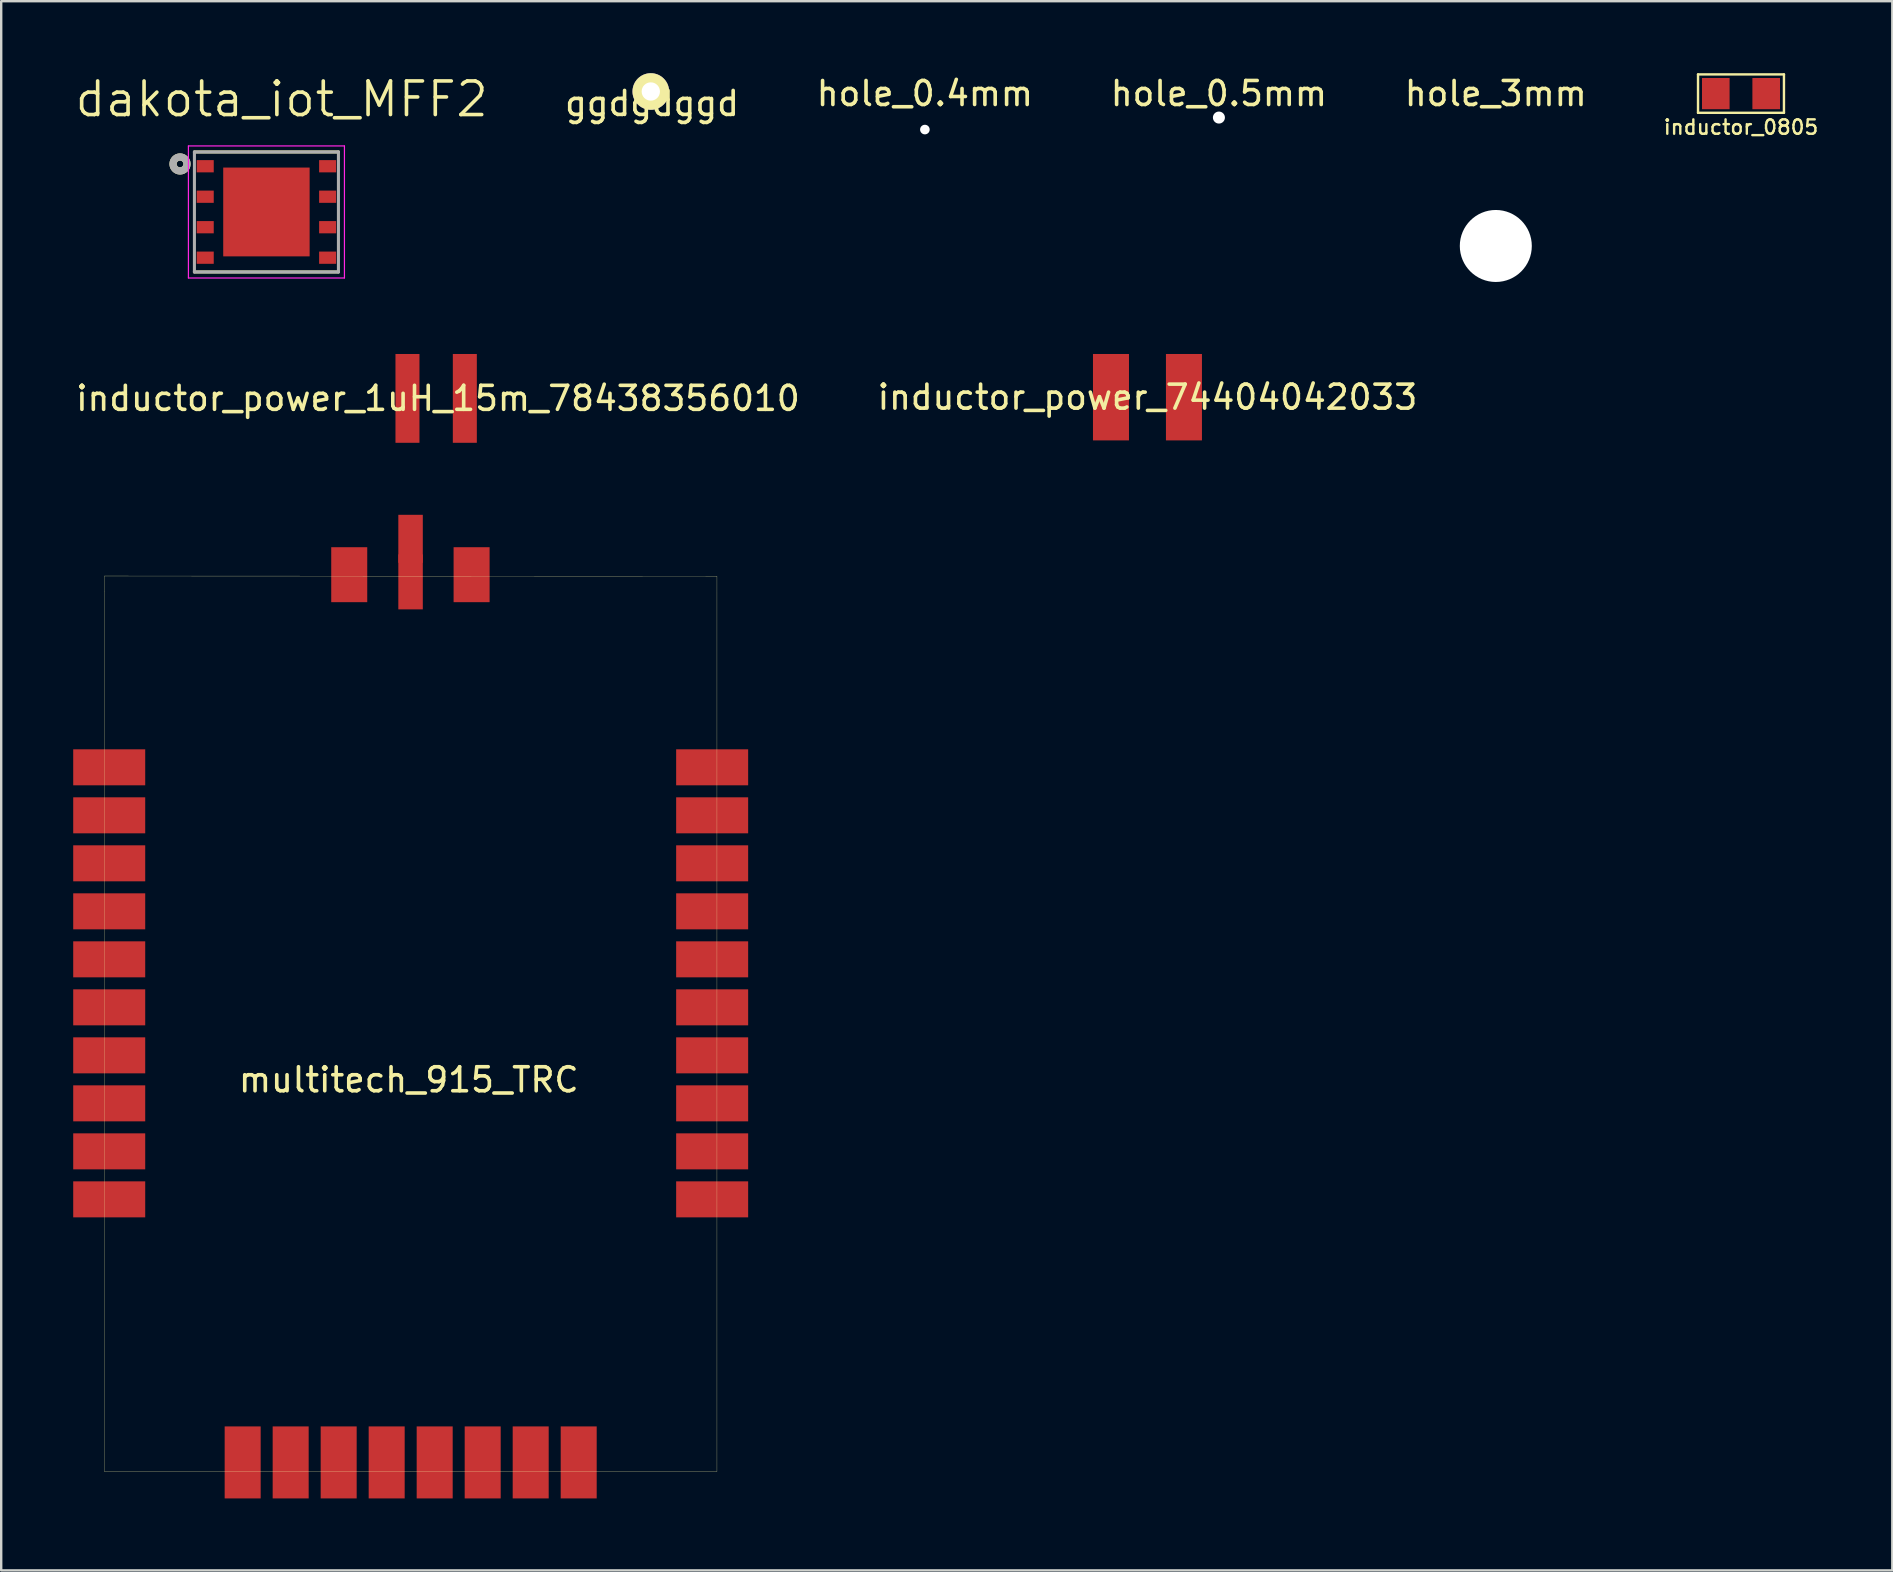
<source format=kicad_pcb>
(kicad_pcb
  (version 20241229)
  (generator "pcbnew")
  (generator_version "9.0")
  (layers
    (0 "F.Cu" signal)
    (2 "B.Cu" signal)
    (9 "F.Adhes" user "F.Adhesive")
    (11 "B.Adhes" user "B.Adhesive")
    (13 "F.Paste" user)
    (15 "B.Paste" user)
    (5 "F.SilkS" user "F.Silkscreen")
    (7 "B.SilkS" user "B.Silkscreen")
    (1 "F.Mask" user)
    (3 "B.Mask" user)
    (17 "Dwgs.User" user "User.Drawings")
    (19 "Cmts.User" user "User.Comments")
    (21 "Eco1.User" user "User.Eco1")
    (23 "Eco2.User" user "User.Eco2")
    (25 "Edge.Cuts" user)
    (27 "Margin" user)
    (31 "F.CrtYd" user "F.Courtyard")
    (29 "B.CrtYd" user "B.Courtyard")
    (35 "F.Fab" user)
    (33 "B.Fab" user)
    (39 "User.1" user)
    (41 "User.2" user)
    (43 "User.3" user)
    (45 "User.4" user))
  (footprint "hole_3mm"
    (layer "F.Cu")
    (at 59.269 7.198)
    (property "Reference" "hole_3mm" (at 0 -6.35 0) (layer "F.SilkS") (effects (font (size 1 1) (thickness 0.15))))
    (attr through_hole)
    (pad "" np_thru_hole circle (at 0 0) (size 3 3) (drill 3) (layers "*.Cu" "*.Mask")))
  (footprint "hole_0.5mm"
    (layer "F.Cu")
    (at 47.733 1.848)
    (property "Reference" "hole_0.5mm" (at 0 -1 0) (layer "F.SilkS") (effects (font (size 1 1) (thickness 0.15))))
    (attr through_hole)
    (pad "" np_thru_hole circle (at 0 0) (size 0.5 0.5) (drill 0.5) (layers "*.Cu" "*.Mask")))
  (footprint "dakota_iot_MFF2"
    (layer "F.Cu")
    (at 8.05 5.781)
    (property "Reference" "dakota_iot_MFF2" (at 0.635 -4.699 0) (layer "F.SilkS") (effects (font (size 1.4 1.4) (thickness 0.15))))
    (attr through_hole)
    (fp_line (start -3 -2.5) (end 3 -2.5) (stroke (width 0.127) (type solid)) (layer "F.SilkS"))
    (fp_line (start 3 2.5) (end -3 2.5) (stroke (width 0.127) (type solid)) (layer "F.SilkS"))
    (fp_circle (center -3.6 -2) (end -3.459 -2) (stroke (width 0.3) (type solid)) (fill no) (layer "F.SilkS"))
    (fp_poly (pts (xy -1.5 -1.45) (xy -0.18 -1.45) (xy -0.18 -0.18) (xy -1.5 -0.18)) (stroke (width 0.01) (type solid)) (fill yes) (layer "F.Paste"))
    (fp_poly (pts (xy -1.5 0.18) (xy -0.18 0.18) (xy -0.18 1.45) (xy -1.5 1.45)) (stroke (width 0.01) (type solid)) (fill yes) (layer "F.Paste"))
    (fp_poly (pts (xy 0.18 -1.45) (xy 1.5 -1.45) (xy 1.5 -0.18) (xy 0.18 -0.18)) (stroke (width 0.01) (type solid)) (fill yes) (layer "F.Paste"))
    (fp_poly (pts (xy 0.18 0.18) (xy 1.5 0.18) (xy 1.5 1.45) (xy 0.18 1.45)) (stroke (width 0.01) (type solid)) (fill yes) (layer "F.Paste"))
    (fp_line (start -3.25 -2.75) (end 3.25 -2.75) (stroke (width 0.05) (type solid)) (layer "F.CrtYd"))
    (fp_line (start -3.25 2.75) (end -3.25 -2.75) (stroke (width 0.05) (type solid)) (layer "F.CrtYd"))
    (fp_line (start 3.25 -2.75) (end 3.25 2.75) (stroke (width 0.05) (type solid)) (layer "F.CrtYd"))
    (fp_line (start 3.25 2.75) (end -3.25 2.75) (stroke (width 0.05) (type solid)) (layer "F.CrtYd"))
    (fp_line (start -3 -2.5) (end 3 -2.5) (stroke (width 0.127) (type solid)) (layer "F.Fab"))
    (fp_line (start -3 2.5) (end -3 -2.5) (stroke (width 0.127) (type solid)) (layer "F.Fab"))
    (fp_line (start 3 -2.5) (end 3 2.5) (stroke (width 0.127) (type solid)) (layer "F.Fab"))
    (fp_line (start 3 2.5) (end -3 2.5) (stroke (width 0.127) (type solid)) (layer "F.Fab"))
    (fp_circle (center -3.6 -2) (end -3.459 -2) (stroke (width 0.3) (type solid)) (fill no) (layer "F.Fab"))
    (pad "1" smd rect (at -2.55 -1.905) (size 0.71 0.51) (layers "F.Cu" "F.Mask" "F.Paste"))
    (pad "2" smd rect (at -2.55 -0.635) (size 0.71 0.51) (layers "F.Cu" "F.Mask" "F.Paste"))
    (pad "3" smd rect (at -2.55 0.635) (size 0.71 0.51) (layers "F.Cu" "F.Mask" "F.Paste"))
    (pad "4" smd rect (at -2.55 1.905) (size 0.71 0.51) (layers "F.Cu" "F.Mask" "F.Paste"))
    (pad "5" smd rect (at 2.55 1.905) (size 0.71 0.51) (layers "F.Cu" "F.Mask" "F.Paste"))
    (pad "6" smd rect (at 2.55 0.635) (size 0.71 0.51) (layers "F.Cu" "F.Mask" "F.Paste"))
    (pad "7" smd rect (at 2.55 -0.635) (size 0.71 0.51) (layers "F.Cu" "F.Mask" "F.Paste"))
    (pad "8" smd rect (at 2.55 -1.905) (size 0.71 0.51) (layers "F.Cu" "F.Mask" "F.Paste"))
    (pad "9" smd rect (at 0 0) (size 3.6 3.7) (layers "F.Cu" "F.Mask")))
  (footprint "inductor_power_74404042033"
    (layer "F.Cu")
    (at 44.756 13.498)
    (property "Reference" "inductor_power_74404042033" (at 0 0 0) (layer "F.SilkS") (effects (font (size 1 1) (thickness 0.15))))
    (attr through_hole)
    (pad "1" smd rect (at -1.52 0) (size 1.5 3.6) (layers "F.Cu" "F.Mask" "F.Paste"))
    (pad "2" smd rect (at 1.52 0) (size 1.5 3.6) (layers "F.Cu" "F.Mask" "F.Paste")))
  (footprint "ggdgdggd"
    (layer "F.Cu")
    (at 24.114 0.762)
    (property "Reference" "ggdgdggd" (at 0 0.5 0) (layer "F.SilkS") (effects (font (size 1 1) (thickness 0.15))))
    (attr through_hole)
    (pad "1" thru_hole circle (at -0.05 0) (size 1.524 1.524) (drill 0.762) (layers "*.Cu" "*.Mask" "F.SilkS")))
  (footprint "inductor_0805"
    (layer "F.Cu")
    (at 69.484 0.85)
    (property "Reference" "inductor_0805" (at 0 1.4 0) (layer "F.SilkS") (effects (font (size 0.6 0.6) (thickness 0.1))))
    (attr through_hole)
    (fp_line (start -1.79 -0.8) (end 1.79 -0.8) (stroke (width 0.1) (type solid)) (layer "F.SilkS"))
    (fp_line (start -1.79 0.8) (end -1.79 -0.8) (stroke (width 0.1) (type solid)) (layer "F.SilkS"))
    (fp_line (start 1.79 -0.8) (end 1.79 0.8) (stroke (width 0.1) (type solid)) (layer "F.SilkS"))
    (fp_line (start 1.79 0.8) (end -1.79 0.8) (stroke (width 0.1) (type solid)) (layer "F.SilkS"))
    (pad "1" smd rect (at -1.05 0) (size 1.15 1.3) (layers "F.Cu" "F.Mask" "F.Paste"))
    (pad "2" smd rect (at 1.05 0) (size 1.15 1.3) (layers "F.Cu" "F.Mask" "F.Paste")))
  (footprint "inductor_power_1uH_15m_78438356010"
    (layer "F.Cu")
    (at 15.196 13.548)
    (property "Reference" "inductor_power_1uH_15m_78438356010" (at 0 0 0) (layer "F.SilkS") (effects (font (size 1 1) (thickness 0.15))))
    (attr through_hole)
    (pad "1" smd rect (at -1.27 0) (size 1 3.7) (layers "F.Cu" "F.Mask" "F.Paste"))
    (pad "2" smd rect (at 1.12 0) (size 1 3.7) (layers "F.Cu" "F.Mask" "F.Paste")))
  (footprint "hole_0.4mm"
    (layer "F.Cu")
    (at 35.483 2.348)
    (property "Reference" "hole_0.4mm" (at 0 -1.5 0) (layer "F.SilkS") (effects (font (size 1 1) (thickness 0.15))))
    (attr through_hole)
    (pad "" np_thru_hole circle (at 0 0 90) (size 0.4 0.4) (drill 0.4) (layers "*.Cu" "*.Mask")))
  (footprint "multitech_915_TRC"
    (layer "F.Cu")
    (at 14.06 58.258)
    (property "Reference" "multitech_915_TRC" (at -0.08 -16.32 0) (layer "F.SilkS") (effects (font (size 1 1) (thickness 0.15))))
    (attr through_hole)
    (fp_line (start -12.76 -37.31) (end 12.76 -37.3) (stroke (width 0.01) (type solid)) (layer "F.SilkS"))
    (fp_line (start -12.76 -36.68) (end -12.76 -37.31) (stroke (width 0.01) (type solid)) (layer "F.SilkS"))
    (fp_line (start -12.76 0) (end -12.76 -36.68) (stroke (width 0.01) (type solid)) (layer "F.SilkS"))
    (fp_line (start -12.76 0) (end 0 0) (stroke (width 0.01) (type solid)) (layer "F.SilkS"))
    (fp_line (start 0 0) (end 12.76 0) (stroke (width 0.01) (type solid)) (layer "F.SilkS"))
    (fp_line (start 12.76 -36.69) (end 12.76 -37.3) (stroke (width 0.01) (type solid)) (layer "F.SilkS"))
    (fp_line (start 12.76 0) (end 12.76 -36.68) (stroke (width 0.01) (type solid)) (layer "F.SilkS"))
    (pad "1" smd rect (at -12.56 -29.34 90) (size 1.5 3) (layers "F.Cu" "F.Mask" "F.Paste"))
    (pad "1" smd rect (at -0.005 -38.86) (size 1.02 2) (layers "F.Cu" "F.Mask" "F.Paste"))
    (pad "2" smd rect (at -12.56 -27.34 90) (size 1.5 3) (layers "F.Cu" "F.Mask" "F.Paste"))
    (pad "3" smd rect (at -12.56 -25.34 90) (size 1.5 3) (layers "F.Cu" "F.Mask" "F.Paste"))
    (pad "4" smd rect (at -12.56 -23.34 90) (size 1.5 3) (layers "F.Cu" "F.Mask" "F.Paste"))
    (pad "5" smd rect (at -12.56 -21.34 90) (size 1.5 3) (layers "F.Cu" "F.Mask" "F.Paste"))
    (pad "6" smd rect (at -12.56 -19.34 90) (size 1.5 3) (layers "F.Cu" "F.Mask" "F.Paste"))
    (pad "7" smd rect (at -12.56 -17.34 90) (size 1.5 3) (layers "F.Cu" "F.Mask" "F.Paste"))
    (pad "8" smd rect (at -12.56 -15.34 90) (size 1.5 3) (layers "F.Cu" "F.Mask" "F.Paste"))
    (pad "9" smd rect (at -12.56 -13.34 90) (size 1.5 3) (layers "F.Cu" "F.Mask" "F.Paste"))
    (pad "10" smd rect (at -12.56 -11.34 90) (size 1.5 3) (layers "F.Cu" "F.Mask" "F.Paste"))
    (pad "11" smd rect (at 12.56 -11.34 90) (size 1.5 3) (layers "F.Cu" "F.Mask" "F.Paste"))
    (pad "12" smd rect (at 12.56 -13.34 90) (size 1.5 3) (layers "F.Cu" "F.Mask" "F.Paste"))
    (pad "13" smd rect (at 12.56 -15.34 90) (size 1.5 3) (layers "F.Cu" "F.Mask" "F.Paste"))
    (pad "14" smd rect (at 12.56 -17.34 90) (size 1.5 3) (layers "F.Cu" "F.Mask" "F.Paste"))
    (pad "15" smd rect (at 12.56 -19.34 90) (size 1.5 3) (layers "F.Cu" "F.Mask" "F.Paste"))
    (pad "16" smd rect (at 12.56 -21.34 90) (size 1.5 3) (layers "F.Cu" "F.Mask" "F.Paste"))
    (pad "17" smd rect (at 12.56 -23.34 90) (size 1.5 3) (layers "F.Cu" "F.Mask" "F.Paste"))
    (pad "18" smd rect (at 12.56 -25.34 90) (size 1.5 3) (layers "F.Cu" "F.Mask" "F.Paste"))
    (pad "19" smd rect (at 12.56 -27.34 90) (size 1.5 3) (layers "F.Cu" "F.Mask" "F.Paste"))
    (pad "20" smd rect (at 12.56 -29.34 90) (size 1.5 3) (layers "F.Cu" "F.Mask" "F.Paste"))
    (pad "21" smd rect (at 2.538 -37.365) (size 1.5 2.29) (layers "F.Cu" "F.Mask" "F.Paste"))
    (pad "22" smd rect (at -0.005 -37.065) (size 1.02 2.29) (layers "F.Cu" "F.Mask" "F.Paste"))
    (pad "23" smd rect (at -2.56 -37.365) (size 1.5 2.29) (layers "F.Cu" "F.Mask" "F.Paste"))
    (pad "24" smd rect (at -7 -0.38) (size 1.5 3) (layers "F.Cu" "F.Mask" "F.Paste"))
    (pad "25" smd rect (at -5 -0.38) (size 1.5 3) (layers "F.Cu" "F.Mask" "F.Paste"))
    (pad "26" smd rect (at -3 -0.38) (size 1.5 3) (layers "F.Cu" "F.Mask" "F.Paste"))
    (pad "27" smd rect (at -1 -0.38) (size 1.5 3) (layers "F.Cu" "F.Mask" "F.Paste"))
    (pad "28" smd rect (at 1 -0.38) (size 1.5 3) (layers "F.Cu" "F.Mask" "F.Paste"))
    (pad "29" smd rect (at 3 -0.38) (size 1.5 3) (layers "F.Cu" "F.Mask" "F.Paste"))
    (pad "30" smd rect (at 5 -0.38) (size 1.5 3) (layers "F.Cu" "F.Mask" "F.Paste"))
    (pad "31" smd rect (at 7 -0.38) (size 1.5 3) (layers "F.Cu" "F.Mask" "F.Paste")))
  (gr_rect
    (start -3 -3)
    (end 75.788 62.378)
    (stroke (width 0.1) (type default))
    (fill no)
    (layer "Edge.Cuts")))
</source>
